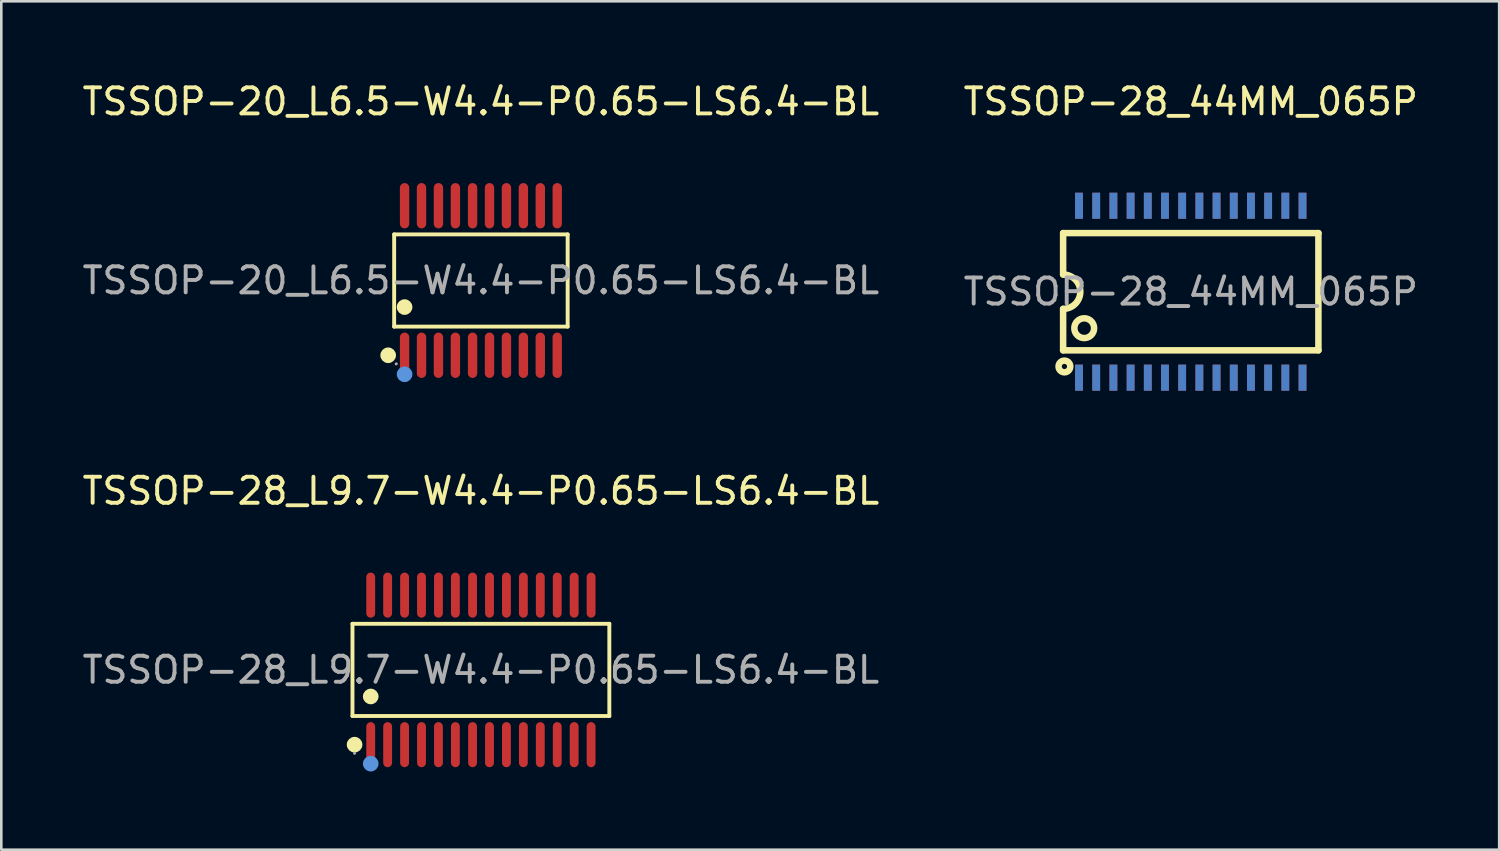
<source format=kicad_pcb>
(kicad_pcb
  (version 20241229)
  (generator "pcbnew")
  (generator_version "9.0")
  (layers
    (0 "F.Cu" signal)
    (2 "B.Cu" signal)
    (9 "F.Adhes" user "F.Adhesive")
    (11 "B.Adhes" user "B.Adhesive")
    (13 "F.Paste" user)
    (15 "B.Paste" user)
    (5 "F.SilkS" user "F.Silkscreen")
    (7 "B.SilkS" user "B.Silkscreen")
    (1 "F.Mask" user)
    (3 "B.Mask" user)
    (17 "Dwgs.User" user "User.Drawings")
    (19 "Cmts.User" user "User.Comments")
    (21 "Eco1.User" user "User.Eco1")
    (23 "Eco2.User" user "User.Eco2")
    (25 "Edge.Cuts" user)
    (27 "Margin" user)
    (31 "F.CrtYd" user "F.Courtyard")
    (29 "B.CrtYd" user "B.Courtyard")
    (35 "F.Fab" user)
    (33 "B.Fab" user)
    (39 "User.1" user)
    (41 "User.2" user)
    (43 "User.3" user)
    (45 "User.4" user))
  (footprint "TSSOP-28_L9.7-W4.4-P0.65-LS6.4-BL"
    (layer "F.Cu")
    (at 15.411 22.666)
    (property "Reference" "TSSOP-28_L9.7-W4.4-P0.65-LS6.4-BL" (at 0 -6.87 0) (layer "F.SilkS") (effects (font (size 1 1) (thickness 0.15))))
    (attr through_hole)
    (fp_line (start -4.93 -1.77) (end 4.93 -1.77) (stroke (width 0.15) (type solid)) (layer "F.SilkS"))
    (fp_line (start -4.93 1.77) (end -4.93 -1.77) (stroke (width 0.15) (type solid)) (layer "F.SilkS"))
    (fp_line (start 4.93 -1.77) (end 4.93 1.77) (stroke (width 0.15) (type solid)) (layer "F.SilkS"))
    (fp_line (start 4.93 1.77) (end -4.93 1.77) (stroke (width 0.15) (type solid)) (layer "F.SilkS"))
    (fp_circle (center -4.85 2.87) (end -4.7 2.87) (stroke (width 0.3) (type solid)) (fill no) (layer "F.SilkS"))
    (fp_circle (center -4.23 1.02) (end -4.08 1.02) (stroke (width 0.3) (type solid)) (fill no) (layer "F.SilkS"))
    (fp_circle (center -4.23 3.6) (end -4.08 3.6) (stroke (width 0.3) (type solid)) (fill no) (layer "Cmts.User"))
    (fp_circle (center -4.85 3.2) (end -4.82 3.2) (stroke (width 0.06) (type solid)) (fill no) (layer "F.Fab"))
    (fp_text user "${REFERENCE}" (at 0 0 0) (layer "F.Fab") (effects (font (size 1 1) (thickness 0.15))))
    (pad "1" smd oval (at -4.23 2.87) (size 0.34 1.73) (layers "F.Cu" "F.Mask" "F.Paste"))
    (pad "2" smd oval (at -3.58 2.87) (size 0.34 1.73) (layers "F.Cu" "F.Mask" "F.Paste"))
    (pad "3" smd oval (at -2.93 2.87) (size 0.34 1.73) (layers "F.Cu" "F.Mask" "F.Paste"))
    (pad "4" smd oval (at -2.28 2.87) (size 0.34 1.73) (layers "F.Cu" "F.Mask" "F.Paste"))
    (pad "5" smd oval (at -1.63 2.87) (size 0.34 1.73) (layers "F.Cu" "F.Mask" "F.Paste"))
    (pad "6" smd oval (at -0.98 2.87) (size 0.34 1.73) (layers "F.Cu" "F.Mask" "F.Paste"))
    (pad "7" smd oval (at -0.32 2.87) (size 0.34 1.73) (layers "F.Cu" "F.Mask" "F.Paste"))
    (pad "8" smd oval (at 0.33 2.87) (size 0.34 1.73) (layers "F.Cu" "F.Mask" "F.Paste"))
    (pad "9" smd oval (at 0.98 2.87) (size 0.34 1.73) (layers "F.Cu" "F.Mask" "F.Paste"))
    (pad "10" smd oval (at 1.63 2.87) (size 0.34 1.73) (layers "F.Cu" "F.Mask" "F.Paste"))
    (pad "11" smd oval (at 2.28 2.87) (size 0.34 1.73) (layers "F.Cu" "F.Mask" "F.Paste"))
    (pad "12" smd oval (at 2.93 2.87) (size 0.34 1.73) (layers "F.Cu" "F.Mask" "F.Paste"))
    (pad "13" smd oval (at 3.58 2.87) (size 0.34 1.73) (layers "F.Cu" "F.Mask" "F.Paste"))
    (pad "14" smd oval (at 4.23 2.87) (size 0.34 1.73) (layers "F.Cu" "F.Mask" "F.Paste"))
    (pad "15" smd oval (at 4.23 -2.87) (size 0.34 1.73) (layers "F.Cu" "F.Mask" "F.Paste"))
    (pad "16" smd oval (at 3.58 -2.87) (size 0.34 1.73) (layers "F.Cu" "F.Mask" "F.Paste"))
    (pad "17" smd oval (at 2.93 -2.87) (size 0.34 1.73) (layers "F.Cu" "F.Mask" "F.Paste"))
    (pad "18" smd oval (at 2.28 -2.87) (size 0.34 1.73) (layers "F.Cu" "F.Mask" "F.Paste"))
    (pad "19" smd oval (at 1.63 -2.87) (size 0.34 1.73) (layers "F.Cu" "F.Mask" "F.Paste"))
    (pad "20" smd oval (at 0.98 -2.87) (size 0.34 1.73) (layers "F.Cu" "F.Mask" "F.Paste"))
    (pad "21" smd oval (at 0.33 -2.87) (size 0.34 1.73) (layers "F.Cu" "F.Mask" "F.Paste"))
    (pad "22" smd oval (at -0.32 -2.87) (size 0.34 1.73) (layers "F.Cu" "F.Mask" "F.Paste"))
    (pad "23" smd oval (at -0.98 -2.87) (size 0.34 1.73) (layers "F.Cu" "F.Mask" "F.Paste"))
    (pad "24" smd oval (at -1.63 -2.87) (size 0.34 1.73) (layers "F.Cu" "F.Mask" "F.Paste"))
    (pad "25" smd oval (at -2.28 -2.87) (size 0.34 1.73) (layers "F.Cu" "F.Mask" "F.Paste"))
    (pad "26" smd oval (at -2.93 -2.87) (size 0.34 1.73) (layers "F.Cu" "F.Mask" "F.Paste"))
    (pad "27" smd oval (at -3.58 -2.87) (size 0.34 1.73) (layers "F.Cu" "F.Mask" "F.Paste"))
    (pad "28" smd oval (at -4.23 -2.87) (size 0.34 1.73) (layers "F.Cu" "F.Mask" "F.Paste")))
  (footprint "TSSOP-20_L6.5-W4.4-P0.65-LS6.4-BL"
    (layer "F.Cu")
    (at 15.411 7.718)
    (property "Reference" "TSSOP-20_L6.5-W4.4-P0.65-LS6.4-BL" (at 0 -6.87 0) (layer "F.SilkS") (effects (font (size 1 1) (thickness 0.15))))
    (attr through_hole)
    (fp_line (start -3.33 -1.77) (end 3.33 -1.77) (stroke (width 0.15) (type solid)) (layer "F.SilkS"))
    (fp_line (start -3.33 1.77) (end -3.33 -1.77) (stroke (width 0.15) (type solid)) (layer "F.SilkS"))
    (fp_line (start 3.33 -1.77) (end 3.33 1.77) (stroke (width 0.15) (type solid)) (layer "F.SilkS"))
    (fp_line (start 3.33 1.77) (end -3.33 1.77) (stroke (width 0.15) (type solid)) (layer "F.SilkS"))
    (fp_circle (center -3.56 2.87) (end -3.41 2.87) (stroke (width 0.3) (type solid)) (fill no) (layer "F.SilkS"))
    (fp_circle (center -2.93 1.02) (end -2.78 1.02) (stroke (width 0.3) (type solid)) (fill no) (layer "F.SilkS"))
    (fp_circle (center -2.93 3.6) (end -2.78 3.6) (stroke (width 0.3) (type solid)) (fill no) (layer "Cmts.User"))
    (fp_circle (center -3.25 3.2) (end -3.22 3.2) (stroke (width 0.06) (type solid)) (fill no) (layer "F.Fab"))
    (fp_text user "${REFERENCE}" (at 0 0 0) (layer "F.Fab") (effects (font (size 1 1) (thickness 0.15))))
    (pad "1" smd oval (at -2.93 2.87) (size 0.36 1.74) (layers "F.Cu" "F.Mask" "F.Paste"))
    (pad "2" smd oval (at -2.28 2.87) (size 0.36 1.74) (layers "F.Cu" "F.Mask" "F.Paste"))
    (pad "3" smd oval (at -1.63 2.87) (size 0.36 1.74) (layers "F.Cu" "F.Mask" "F.Paste"))
    (pad "4" smd oval (at -0.98 2.87) (size 0.36 1.74) (layers "F.Cu" "F.Mask" "F.Paste"))
    (pad "5" smd oval (at -0.32 2.87) (size 0.36 1.74) (layers "F.Cu" "F.Mask" "F.Paste"))
    (pad "6" smd oval (at 0.33 2.87) (size 0.36 1.74) (layers "F.Cu" "F.Mask" "F.Paste"))
    (pad "7" smd oval (at 0.98 2.87) (size 0.36 1.74) (layers "F.Cu" "F.Mask" "F.Paste"))
    (pad "8" smd oval (at 1.63 2.87) (size 0.36 1.74) (layers "F.Cu" "F.Mask" "F.Paste"))
    (pad "9" smd oval (at 2.28 2.87) (size 0.36 1.74) (layers "F.Cu" "F.Mask" "F.Paste"))
    (pad "10" smd oval (at 2.93 2.87) (size 0.36 1.74) (layers "F.Cu" "F.Mask" "F.Paste"))
    (pad "11" smd oval (at 2.93 -2.87) (size 0.36 1.74) (layers "F.Cu" "F.Mask" "F.Paste"))
    (pad "12" smd oval (at 2.28 -2.87) (size 0.36 1.74) (layers "F.Cu" "F.Mask" "F.Paste"))
    (pad "13" smd oval (at 1.63 -2.87) (size 0.36 1.74) (layers "F.Cu" "F.Mask" "F.Paste"))
    (pad "14" smd oval (at 0.98 -2.87) (size 0.36 1.74) (layers "F.Cu" "F.Mask" "F.Paste"))
    (pad "15" smd oval (at 0.33 -2.87) (size 0.36 1.74) (layers "F.Cu" "F.Mask" "F.Paste"))
    (pad "16" smd oval (at -0.32 -2.87) (size 0.36 1.74) (layers "F.Cu" "F.Mask" "F.Paste"))
    (pad "17" smd oval (at -0.98 -2.87) (size 0.36 1.74) (layers "F.Cu" "F.Mask" "F.Paste"))
    (pad "18" smd oval (at -1.63 -2.87) (size 0.36 1.74) (layers "F.Cu" "F.Mask" "F.Paste"))
    (pad "19" smd oval (at -2.28 -2.87) (size 0.36 1.74) (layers "F.Cu" "F.Mask" "F.Paste"))
    (pad "20" smd oval (at -2.93 -2.87) (size 0.36 1.74) (layers "F.Cu" "F.Mask" "F.Paste")))
  (footprint "TSSOP-28_44MM_065P"
    (layer "F.Cu")
    (at 42.661 8.148)
    (property "Reference" "TSSOP-28_44MM_065P" (at 0 -7.3 0) (layer "F.SilkS") (effects (font (size 1 1) (thickness 0.15))))
    (attr through_hole)
    (fp_line (start -4.9 -2.25) (end -4.9 -0.66) (stroke (width 0.25) (type solid)) (layer "F.SilkS"))
    (fp_line (start -4.9 -2.25) (end 4.9 -2.25) (stroke (width 0.25) (type solid)) (layer "F.SilkS"))
    (fp_line (start -4.9 2.25) (end -4.9 0.66) (stroke (width 0.25) (type solid)) (layer "F.SilkS"))
    (fp_line (start -4.9 2.25) (end 4.9 2.25) (stroke (width 0.25) (type solid)) (layer "F.SilkS"))
    (fp_line (start 4.9 -2.25) (end 4.9 2.25) (stroke (width 0.25) (type solid)) (layer "F.SilkS"))
    (fp_arc (start -4.9 -0.66) (mid -4.24 0) (end -4.9 0.66) (stroke (width 0.25) (type solid)) (layer "F.SilkS"))
    (fp_circle (center -4.85 2.87) (end -4.75 2.87) (stroke (width 0.25) (type solid)) (fill no) (layer "F.SilkS"))
    (fp_circle (center -4.09 1.4) (end -3.71 1.4) (stroke (width 0.25) (type solid)) (fill no) (layer "F.SilkS"))
    (fp_text user "${REFERENCE}" (at 0 0 0) (layer "F.Fab") (effects (font (size 1 1) (thickness 0.15))))
    (pad "1" thru_hole rect (at -4.29 3.3 90) (size 1 0.3) (drill 0.000051) (layers "F.Cu" "F.Mask" "F.Paste"))
    (pad "2" thru_hole rect (at -3.63 3.3 90) (size 1 0.3) (drill 0.000051) (layers "F.Cu" "F.Mask" "F.Paste"))
    (pad "3" thru_hole rect (at -2.97 3.3 90) (size 1 0.3) (drill 0.000051) (layers "F.Cu" "F.Mask" "F.Paste"))
    (pad "4" thru_hole rect (at -2.31 3.3 90) (size 1 0.3) (drill 0.000051) (layers "F.Cu" "F.Mask" "F.Paste"))
    (pad "5" thru_hole rect (at -1.65 3.3 90) (size 1 0.3) (drill 0.000051) (layers "F.Cu" "F.Mask" "F.Paste"))
    (pad "6" thru_hole rect (at -0.99 3.3 90) (size 1 0.3) (drill 0.000051) (layers "F.Cu" "F.Mask" "F.Paste"))
    (pad "7" thru_hole rect (at -0.33 3.3 90) (size 1 0.3) (drill 0.000051) (layers "F.Cu" "F.Mask" "F.Paste"))
    (pad "8" thru_hole rect (at 0.33 3.3 90) (size 1 0.3) (drill 0.000051) (layers "F.Cu" "F.Mask" "F.Paste"))
    (pad "9" thru_hole rect (at 0.99 3.3 90) (size 1 0.3) (drill 0.000051) (layers "F.Cu" "F.Mask" "F.Paste"))
    (pad "10" thru_hole rect (at 1.65 3.3 90) (size 1 0.3) (drill 0.000051) (layers "F.Cu" "F.Mask" "F.Paste"))
    (pad "11" thru_hole rect (at 2.31 3.3 90) (size 1 0.3) (drill 0.000051) (layers "F.Cu" "F.Mask" "F.Paste"))
    (pad "12" thru_hole rect (at 2.97 3.3 90) (size 1 0.3) (drill 0.000051) (layers "F.Cu" "F.Mask" "F.Paste"))
    (pad "13" thru_hole rect (at 3.63 3.3 90) (size 1 0.3) (drill 0.000051) (layers "F.Cu" "F.Mask" "F.Paste"))
    (pad "14" thru_hole rect (at 4.29 3.3 90) (size 1 0.3) (drill 0.000051) (layers "F.Cu" "F.Mask" "F.Paste"))
    (pad "15" thru_hole rect (at 4.29 -3.3 90) (size 1 0.3) (drill 0.000051) (layers "F.Cu" "F.Mask" "F.Paste"))
    (pad "16" thru_hole rect (at 3.63 -3.3 90) (size 1 0.3) (drill 0.000051) (layers "F.Cu" "F.Mask" "F.Paste"))
    (pad "17" thru_hole rect (at 2.97 -3.3 90) (size 1 0.3) (drill 0.000051) (layers "F.Cu" "F.Mask" "F.Paste"))
    (pad "18" thru_hole rect (at 2.31 -3.3 90) (size 1 0.3) (drill 0.000051) (layers "F.Cu" "F.Mask" "F.Paste"))
    (pad "19" thru_hole rect (at 1.65 -3.3 90) (size 1 0.3) (drill 0.000051) (layers "F.Cu" "F.Mask" "F.Paste"))
    (pad "20" thru_hole rect (at 0.99 -3.3 90) (size 1 0.3) (drill 0.000051) (layers "F.Cu" "F.Mask" "F.Paste"))
    (pad "21" thru_hole rect (at 0.33 -3.3 90) (size 1 0.3) (drill 0.000051) (layers "F.Cu" "F.Mask" "F.Paste"))
    (pad "22" thru_hole rect (at -0.33 -3.3 90) (size 1 0.3) (drill 0.000051) (layers "F.Cu" "F.Mask" "F.Paste"))
    (pad "23" thru_hole rect (at -0.99 -3.3 90) (size 1 0.3) (drill 0.000051) (layers "F.Cu" "F.Mask" "F.Paste"))
    (pad "24" thru_hole rect (at -1.65 -3.3 90) (size 1 0.3) (drill 0.000051) (layers "F.Cu" "F.Mask" "F.Paste"))
    (pad "25" thru_hole rect (at -2.31 -3.3 90) (size 1 0.3) (drill 0.000051) (layers "F.Cu" "F.Mask" "F.Paste"))
    (pad "26" thru_hole rect (at -2.97 -3.3 90) (size 1 0.3) (drill 0.000051) (layers "F.Cu" "F.Mask" "F.Paste"))
    (pad "27" thru_hole rect (at -3.63 -3.3 90) (size 1 0.3) (drill 0.000051) (layers "F.Cu" "F.Mask" "F.Paste"))
    (pad "28" thru_hole rect (at -4.29 -3.3 90) (size 1 0.3) (drill 0.000051) (layers "F.Cu" "F.Mask" "F.Paste")))
  (gr_rect
    (start -3 -3)
    (end 54.5 29.567)
    (stroke (width 0.1) (type default))
    (fill no)
    (layer "Edge.Cuts")))
</source>
